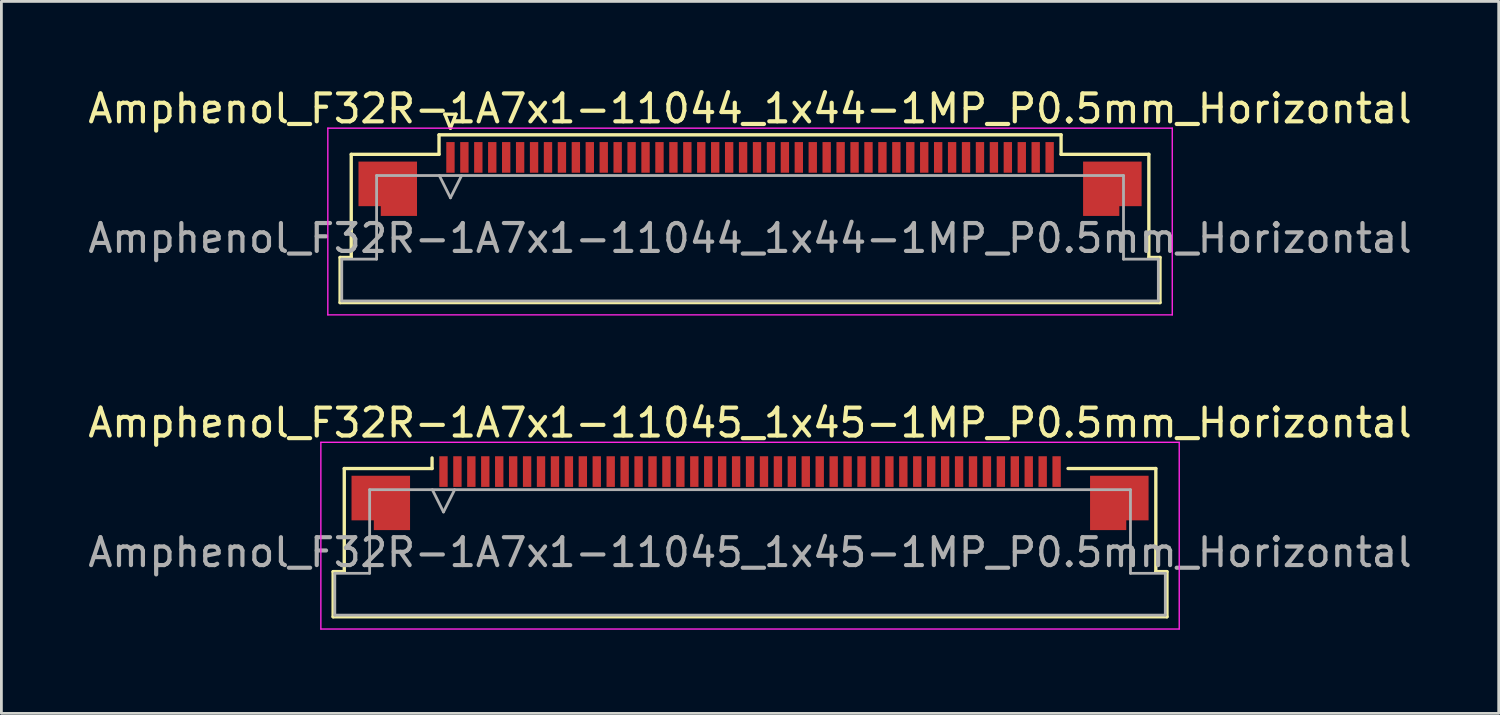
<source format=kicad_pcb>
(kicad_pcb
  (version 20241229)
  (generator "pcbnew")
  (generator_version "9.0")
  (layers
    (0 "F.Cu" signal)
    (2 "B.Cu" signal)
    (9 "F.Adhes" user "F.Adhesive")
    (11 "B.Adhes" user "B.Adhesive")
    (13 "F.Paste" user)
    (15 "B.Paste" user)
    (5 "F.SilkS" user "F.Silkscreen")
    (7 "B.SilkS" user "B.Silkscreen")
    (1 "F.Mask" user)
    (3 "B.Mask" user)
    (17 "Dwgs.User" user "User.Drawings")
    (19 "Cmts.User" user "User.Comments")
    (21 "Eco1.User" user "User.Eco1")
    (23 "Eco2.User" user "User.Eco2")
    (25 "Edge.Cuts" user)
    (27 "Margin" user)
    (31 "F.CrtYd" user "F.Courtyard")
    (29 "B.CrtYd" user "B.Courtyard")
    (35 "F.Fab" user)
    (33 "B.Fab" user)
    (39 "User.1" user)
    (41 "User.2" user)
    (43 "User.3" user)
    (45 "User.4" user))
  (footprint "Amphenol_F32R-1A7x1-11045_1x45-1MP_P0.5mm_Horizontal"
    (layer "F.Cu")
    (at 23.863 16.771)
    (property "Reference" "Amphenol_F32R-1A7x1-11045_1x45-1MP_P0.5mm_Horizontal" (at 0 -4.65 0) (layer "F.SilkS") (effects (font (size 1 1) (thickness 0.15))))
    (attr smd)
    (fp_line (start -14.96 0.69) (end -14.56 0.69) (stroke (width 0.12) (type solid)) (layer "F.SilkS"))
    (fp_line (start -14.96 2.31) (end -14.96 0.69) (stroke (width 0.12) (type solid)) (layer "F.SilkS"))
    (fp_line (start -14.56 -3.01) (end -11.41 -3.01) (stroke (width 0.12) (type solid)) (layer "F.SilkS"))
    (fp_line (start -14.56 0.69) (end -14.56 -3.01) (stroke (width 0.12) (type solid)) (layer "F.SilkS"))
    (fp_line (start -11.41 -3.01) (end -11.41 -3.39) (stroke (width 0.12) (type solid)) (layer "F.SilkS"))
    (fp_line (start 11.41 -3.01) (end 14.56 -3.01) (stroke (width 0.12) (type solid)) (layer "F.SilkS"))
    (fp_line (start 14.56 -3.01) (end 14.56 0.69) (stroke (width 0.12) (type solid)) (layer "F.SilkS"))
    (fp_line (start 14.56 0.69) (end 14.96 0.69) (stroke (width 0.12) (type solid)) (layer "F.SilkS"))
    (fp_line (start 14.96 0.69) (end 14.96 2.31) (stroke (width 0.12) (type solid)) (layer "F.SilkS"))
    (fp_line (start 14.96 2.31) (end -14.96 2.31) (stroke (width 0.12) (type solid)) (layer "F.SilkS"))
    (fp_line (start -15.4 -3.95) (end -15.4 2.75) (stroke (width 0.05) (type solid)) (layer "F.CrtYd"))
    (fp_line (start -15.4 2.75) (end 15.4 2.75) (stroke (width 0.05) (type solid)) (layer "F.CrtYd"))
    (fp_line (start 15.4 -3.95) (end -15.4 -3.95) (stroke (width 0.05) (type solid)) (layer "F.CrtYd"))
    (fp_line (start 15.4 2.75) (end 15.4 -3.95) (stroke (width 0.05) (type solid)) (layer "F.CrtYd"))
    (fp_line (start -14.9 0.75) (end -13.65 0.75) (stroke (width 0.1) (type solid)) (layer "F.Fab"))
    (fp_line (start -14.9 2.25) (end -14.9 0.75) (stroke (width 0.1) (type solid)) (layer "F.Fab"))
    (fp_line (start -13.65 -2.25) (end 13.65 -2.25) (stroke (width 0.1) (type solid)) (layer "F.Fab"))
    (fp_line (start -13.65 0.75) (end -13.65 -2.25) (stroke (width 0.1) (type solid)) (layer "F.Fab"))
    (fp_line (start -11.4 -2.25) (end -11 -1.45) (stroke (width 0.1) (type solid)) (layer "F.Fab"))
    (fp_line (start -11 -1.45) (end -10.6 -2.25) (stroke (width 0.1) (type solid)) (layer "F.Fab"))
    (fp_line (start 13.65 -2.25) (end 13.65 0.75) (stroke (width 0.1) (type solid)) (layer "F.Fab"))
    (fp_line (start 13.65 0.75) (end 14.9 0.75) (stroke (width 0.1) (type solid)) (layer "F.Fab"))
    (fp_line (start 14.9 0.75) (end 14.9 2.25) (stroke (width 0.1) (type solid)) (layer "F.Fab"))
    (fp_line (start 14.9 2.25) (end -14.9 2.25) (stroke (width 0.1) (type solid)) (layer "F.Fab"))
    (fp_text user "${REFERENCE}" (at 0 0 0) (layer "F.Fab") (effects (font (size 1 1) (thickness 0.15))))
    (pad "1" smd rect (at -11 -2.9) (size 0.3 1.1) (layers "F.Cu" "F.Mask" "F.Paste"))
    (pad "2" smd rect (at -10.5 -2.9) (size 0.3 1.1) (layers "F.Cu" "F.Mask" "F.Paste"))
    (pad "3" smd rect (at -10 -2.9) (size 0.3 1.1) (layers "F.Cu" "F.Mask" "F.Paste"))
    (pad "4" smd rect (at -9.5 -2.9) (size 0.3 1.1) (layers "F.Cu" "F.Mask" "F.Paste"))
    (pad "5" smd rect (at -9 -2.9) (size 0.3 1.1) (layers "F.Cu" "F.Mask" "F.Paste"))
    (pad "6" smd rect (at -8.5 -2.9) (size 0.3 1.1) (layers "F.Cu" "F.Mask" "F.Paste"))
    (pad "7" smd rect (at -8 -2.9) (size 0.3 1.1) (layers "F.Cu" "F.Mask" "F.Paste"))
    (pad "8" smd rect (at -7.5 -2.9) (size 0.3 1.1) (layers "F.Cu" "F.Mask" "F.Paste"))
    (pad "9" smd rect (at -7 -2.9) (size 0.3 1.1) (layers "F.Cu" "F.Mask" "F.Paste"))
    (pad "10" smd rect (at -6.5 -2.9) (size 0.3 1.1) (layers "F.Cu" "F.Mask" "F.Paste"))
    (pad "11" smd rect (at -6 -2.9) (size 0.3 1.1) (layers "F.Cu" "F.Mask" "F.Paste"))
    (pad "12" smd rect (at -5.5 -2.9) (size 0.3 1.1) (layers "F.Cu" "F.Mask" "F.Paste"))
    (pad "13" smd rect (at -5 -2.9) (size 0.3 1.1) (layers "F.Cu" "F.Mask" "F.Paste"))
    (pad "14" smd rect (at -4.5 -2.9) (size 0.3 1.1) (layers "F.Cu" "F.Mask" "F.Paste"))
    (pad "15" smd rect (at -4 -2.9) (size 0.3 1.1) (layers "F.Cu" "F.Mask" "F.Paste"))
    (pad "16" smd rect (at -3.5 -2.9) (size 0.3 1.1) (layers "F.Cu" "F.Mask" "F.Paste"))
    (pad "17" smd rect (at -3 -2.9) (size 0.3 1.1) (layers "F.Cu" "F.Mask" "F.Paste"))
    (pad "18" smd rect (at -2.5 -2.9) (size 0.3 1.1) (layers "F.Cu" "F.Mask" "F.Paste"))
    (pad "19" smd rect (at -2 -2.9) (size 0.3 1.1) (layers "F.Cu" "F.Mask" "F.Paste"))
    (pad "20" smd rect (at -1.5 -2.9) (size 0.3 1.1) (layers "F.Cu" "F.Mask" "F.Paste"))
    (pad "21" smd rect (at -1 -2.9) (size 0.3 1.1) (layers "F.Cu" "F.Mask" "F.Paste"))
    (pad "22" smd rect (at -0.5 -2.9) (size 0.3 1.1) (layers "F.Cu" "F.Mask" "F.Paste"))
    (pad "23" smd rect (at 0 -2.9) (size 0.3 1.1) (layers "F.Cu" "F.Mask" "F.Paste"))
    (pad "24" smd rect (at 0.5 -2.9) (size 0.3 1.1) (layers "F.Cu" "F.Mask" "F.Paste"))
    (pad "25" smd rect (at 1 -2.9) (size 0.3 1.1) (layers "F.Cu" "F.Mask" "F.Paste"))
    (pad "26" smd rect (at 1.5 -2.9) (size 0.3 1.1) (layers "F.Cu" "F.Mask" "F.Paste"))
    (pad "27" smd rect (at 2 -2.9) (size 0.3 1.1) (layers "F.Cu" "F.Mask" "F.Paste"))
    (pad "28" smd rect (at 2.5 -2.9) (size 0.3 1.1) (layers "F.Cu" "F.Mask" "F.Paste"))
    (pad "29" smd rect (at 3 -2.9) (size 0.3 1.1) (layers "F.Cu" "F.Mask" "F.Paste"))
    (pad "30" smd rect (at 3.5 -2.9) (size 0.3 1.1) (layers "F.Cu" "F.Mask" "F.Paste"))
    (pad "31" smd rect (at 4 -2.9) (size 0.3 1.1) (layers "F.Cu" "F.Mask" "F.Paste"))
    (pad "32" smd rect (at 4.5 -2.9) (size 0.3 1.1) (layers "F.Cu" "F.Mask" "F.Paste"))
    (pad "33" smd rect (at 5 -2.9) (size 0.3 1.1) (layers "F.Cu" "F.Mask" "F.Paste"))
    (pad "34" smd rect (at 5.5 -2.9) (size 0.3 1.1) (layers "F.Cu" "F.Mask" "F.Paste"))
    (pad "35" smd rect (at 6 -2.9) (size 0.3 1.1) (layers "F.Cu" "F.Mask" "F.Paste"))
    (pad "36" smd rect (at 6.5 -2.9) (size 0.3 1.1) (layers "F.Cu" "F.Mask" "F.Paste"))
    (pad "37" smd rect (at 7 -2.9) (size 0.3 1.1) (layers "F.Cu" "F.Mask" "F.Paste"))
    (pad "38" smd rect (at 7.5 -2.9) (size 0.3 1.1) (layers "F.Cu" "F.Mask" "F.Paste"))
    (pad "39" smd rect (at 8 -2.9) (size 0.3 1.1) (layers "F.Cu" "F.Mask" "F.Paste"))
    (pad "40" smd rect (at 8.5 -2.9) (size 0.3 1.1) (layers "F.Cu" "F.Mask" "F.Paste"))
    (pad "41" smd rect (at 9 -2.9) (size 0.3 1.1) (layers "F.Cu" "F.Mask" "F.Paste"))
    (pad "42" smd rect (at 9.5 -2.9) (size 0.3 1.1) (layers "F.Cu" "F.Mask" "F.Paste"))
    (pad "43" smd rect (at 10 -2.9) (size 0.3 1.1) (layers "F.Cu" "F.Mask" "F.Paste"))
    (pad "44" smd rect (at 10.5 -2.9) (size 0.3 1.1) (layers "F.Cu" "F.Mask" "F.Paste"))
    (pad "45" smd rect (at 11 -2.9) (size 0.3 1.1) (layers "F.Cu" "F.Mask" "F.Paste"))
    (pad "MP" smd custom (at -13.25 -1.775) (size 1 1) (layers "F.Cu" "F.Mask" "F.Paste") (options (anchor circle)) (primitives (gr_poly (pts (xy 1.05 -0.975) (xy 1.05 0.975) (xy -0.25 0.975) (xy -0.25 0.625) (xy -1.05 0.625) (xy -1.05 -0.975) (xy 1.05 -0.975)) (width 0) (fill yes))))
    (pad "MP" smd custom (at 13.25 -1.775) (size 1 1) (layers "F.Cu" "F.Mask" "F.Paste") (options (anchor circle)) (primitives (gr_poly (pts (xy -1.05 -0.975) (xy -1.05 0.975) (xy 0.25 0.975) (xy 0.25 0.625) (xy 1.05 0.625) (xy 1.05 -0.975) (xy -1.05 -0.975)) (width 0) (fill yes)))))
  (footprint "Amphenol_F32R-1A7x1-11044_1x44-1MP_P0.5mm_Horizontal"
    (layer "F.Cu")
    (at 23.863 5.498)
    (property "Reference" "Amphenol_F32R-1A7x1-11044_1x44-1MP_P0.5mm_Horizontal" (at 0 -4.65 0) (layer "F.SilkS") (effects (font (size 1 1) (thickness 0.15))))
    (attr smd)
    (fp_line (start -14.71 0.69) (end -14.31 0.69) (stroke (width 0.12) (type solid)) (layer "F.SilkS"))
    (fp_line (start -14.71 2.31) (end -14.71 0.69) (stroke (width 0.12) (type solid)) (layer "F.SilkS"))
    (fp_line (start -14.31 -3.01) (end -11.16 -3.01) (stroke (width 0.12) (type solid)) (layer "F.SilkS"))
    (fp_line (start -14.31 0.69) (end -14.31 -3.01) (stroke (width 0.12) (type solid)) (layer "F.SilkS"))
    (fp_line (start -11.16 -3.71) (end 11.16 -3.71) (stroke (width 0.12) (type solid)) (layer "F.SilkS"))
    (fp_line (start -11.16 -3.01) (end -11.16 -3.71) (stroke (width 0.12) (type solid)) (layer "F.SilkS"))
    (fp_line (start -10.95 -4.45) (end -10.75 -3.95) (stroke (width 0.12) (type solid)) (layer "F.SilkS"))
    (fp_line (start -10.75 -3.95) (end -10.55 -4.45) (stroke (width 0.12) (type solid)) (layer "F.SilkS"))
    (fp_line (start -10.55 -4.45) (end -10.95 -4.45) (stroke (width 0.12) (type solid)) (layer "F.SilkS"))
    (fp_line (start 11.16 -3.71) (end 11.16 -3.01) (stroke (width 0.12) (type solid)) (layer "F.SilkS"))
    (fp_line (start 11.16 -3.01) (end 14.31 -3.01) (stroke (width 0.12) (type solid)) (layer "F.SilkS"))
    (fp_line (start 14.31 -3.01) (end 14.31 0.69) (stroke (width 0.12) (type solid)) (layer "F.SilkS"))
    (fp_line (start 14.31 0.69) (end 14.71 0.69) (stroke (width 0.12) (type solid)) (layer "F.SilkS"))
    (fp_line (start 14.71 0.69) (end 14.71 2.31) (stroke (width 0.12) (type solid)) (layer "F.SilkS"))
    (fp_line (start 14.71 2.31) (end -14.71 2.31) (stroke (width 0.12) (type solid)) (layer "F.SilkS"))
    (fp_line (start -15.15 -3.95) (end -15.15 2.75) (stroke (width 0.05) (type solid)) (layer "F.CrtYd"))
    (fp_line (start -15.15 2.75) (end 15.15 2.75) (stroke (width 0.05) (type solid)) (layer "F.CrtYd"))
    (fp_line (start 15.15 -3.95) (end -15.15 -3.95) (stroke (width 0.05) (type solid)) (layer "F.CrtYd"))
    (fp_line (start 15.15 2.75) (end 15.15 -3.95) (stroke (width 0.05) (type solid)) (layer "F.CrtYd"))
    (fp_line (start -14.65 0.75) (end -13.4 0.75) (stroke (width 0.1) (type solid)) (layer "F.Fab"))
    (fp_line (start -14.65 2.25) (end -14.65 0.75) (stroke (width 0.1) (type solid)) (layer "F.Fab"))
    (fp_line (start -13.4 -2.25) (end 13.4 -2.25) (stroke (width 0.1) (type solid)) (layer "F.Fab"))
    (fp_line (start -13.4 0.75) (end -13.4 -2.25) (stroke (width 0.1) (type solid)) (layer "F.Fab"))
    (fp_line (start -11.15 -2.25) (end -10.75 -1.45) (stroke (width 0.1) (type solid)) (layer "F.Fab"))
    (fp_line (start -10.75 -1.45) (end -10.35 -2.25) (stroke (width 0.1) (type solid)) (layer "F.Fab"))
    (fp_line (start 13.4 -2.25) (end 13.4 0.75) (stroke (width 0.1) (type solid)) (layer "F.Fab"))
    (fp_line (start 13.4 0.75) (end 14.65 0.75) (stroke (width 0.1) (type solid)) (layer "F.Fab"))
    (fp_line (start 14.65 0.75) (end 14.65 2.25) (stroke (width 0.1) (type solid)) (layer "F.Fab"))
    (fp_line (start 14.65 2.25) (end -14.65 2.25) (stroke (width 0.1) (type solid)) (layer "F.Fab"))
    (fp_text user "${REFERENCE}" (at 0 0 0) (layer "F.Fab") (effects (font (size 1 1) (thickness 0.15))))
    (pad "1" smd rect (at -10.75 -2.9) (size 0.3 1.1) (layers "F.Cu" "F.Mask" "F.Paste"))
    (pad "2" smd rect (at -10.25 -2.9) (size 0.3 1.1) (layers "F.Cu" "F.Mask" "F.Paste"))
    (pad "3" smd rect (at -9.75 -2.9) (size 0.3 1.1) (layers "F.Cu" "F.Mask" "F.Paste"))
    (pad "4" smd rect (at -9.25 -2.9) (size 0.3 1.1) (layers "F.Cu" "F.Mask" "F.Paste"))
    (pad "5" smd rect (at -8.75 -2.9) (size 0.3 1.1) (layers "F.Cu" "F.Mask" "F.Paste"))
    (pad "6" smd rect (at -8.25 -2.9) (size 0.3 1.1) (layers "F.Cu" "F.Mask" "F.Paste"))
    (pad "7" smd rect (at -7.75 -2.9) (size 0.3 1.1) (layers "F.Cu" "F.Mask" "F.Paste"))
    (pad "8" smd rect (at -7.25 -2.9) (size 0.3 1.1) (layers "F.Cu" "F.Mask" "F.Paste"))
    (pad "9" smd rect (at -6.75 -2.9) (size 0.3 1.1) (layers "F.Cu" "F.Mask" "F.Paste"))
    (pad "10" smd rect (at -6.25 -2.9) (size 0.3 1.1) (layers "F.Cu" "F.Mask" "F.Paste"))
    (pad "11" smd rect (at -5.75 -2.9) (size 0.3 1.1) (layers "F.Cu" "F.Mask" "F.Paste"))
    (pad "12" smd rect (at -5.25 -2.9) (size 0.3 1.1) (layers "F.Cu" "F.Mask" "F.Paste"))
    (pad "13" smd rect (at -4.75 -2.9) (size 0.3 1.1) (layers "F.Cu" "F.Mask" "F.Paste"))
    (pad "14" smd rect (at -4.25 -2.9) (size 0.3 1.1) (layers "F.Cu" "F.Mask" "F.Paste"))
    (pad "15" smd rect (at -3.75 -2.9) (size 0.3 1.1) (layers "F.Cu" "F.Mask" "F.Paste"))
    (pad "16" smd rect (at -3.25 -2.9) (size 0.3 1.1) (layers "F.Cu" "F.Mask" "F.Paste"))
    (pad "17" smd rect (at -2.75 -2.9) (size 0.3 1.1) (layers "F.Cu" "F.Mask" "F.Paste"))
    (pad "18" smd rect (at -2.25 -2.9) (size 0.3 1.1) (layers "F.Cu" "F.Mask" "F.Paste"))
    (pad "19" smd rect (at -1.75 -2.9) (size 0.3 1.1) (layers "F.Cu" "F.Mask" "F.Paste"))
    (pad "20" smd rect (at -1.25 -2.9) (size 0.3 1.1) (layers "F.Cu" "F.Mask" "F.Paste"))
    (pad "21" smd rect (at -0.75 -2.9) (size 0.3 1.1) (layers "F.Cu" "F.Mask" "F.Paste"))
    (pad "22" smd rect (at -0.25 -2.9) (size 0.3 1.1) (layers "F.Cu" "F.Mask" "F.Paste"))
    (pad "23" smd rect (at 0.25 -2.9) (size 0.3 1.1) (layers "F.Cu" "F.Mask" "F.Paste"))
    (pad "24" smd rect (at 0.75 -2.9) (size 0.3 1.1) (layers "F.Cu" "F.Mask" "F.Paste"))
    (pad "25" smd rect (at 1.25 -2.9) (size 0.3 1.1) (layers "F.Cu" "F.Mask" "F.Paste"))
    (pad "26" smd rect (at 1.75 -2.9) (size 0.3 1.1) (layers "F.Cu" "F.Mask" "F.Paste"))
    (pad "27" smd rect (at 2.25 -2.9) (size 0.3 1.1) (layers "F.Cu" "F.Mask" "F.Paste"))
    (pad "28" smd rect (at 2.75 -2.9) (size 0.3 1.1) (layers "F.Cu" "F.Mask" "F.Paste"))
    (pad "29" smd rect (at 3.25 -2.9) (size 0.3 1.1) (layers "F.Cu" "F.Mask" "F.Paste"))
    (pad "30" smd rect (at 3.75 -2.9) (size 0.3 1.1) (layers "F.Cu" "F.Mask" "F.Paste"))
    (pad "31" smd rect (at 4.25 -2.9) (size 0.3 1.1) (layers "F.Cu" "F.Mask" "F.Paste"))
    (pad "32" smd rect (at 4.75 -2.9) (size 0.3 1.1) (layers "F.Cu" "F.Mask" "F.Paste"))
    (pad "33" smd rect (at 5.25 -2.9) (size 0.3 1.1) (layers "F.Cu" "F.Mask" "F.Paste"))
    (pad "34" smd rect (at 5.75 -2.9) (size 0.3 1.1) (layers "F.Cu" "F.Mask" "F.Paste"))
    (pad "35" smd rect (at 6.25 -2.9) (size 0.3 1.1) (layers "F.Cu" "F.Mask" "F.Paste"))
    (pad "36" smd rect (at 6.75 -2.9) (size 0.3 1.1) (layers "F.Cu" "F.Mask" "F.Paste"))
    (pad "37" smd rect (at 7.25 -2.9) (size 0.3 1.1) (layers "F.Cu" "F.Mask" "F.Paste"))
    (pad "38" smd rect (at 7.75 -2.9) (size 0.3 1.1) (layers "F.Cu" "F.Mask" "F.Paste"))
    (pad "39" smd rect (at 8.25 -2.9) (size 0.3 1.1) (layers "F.Cu" "F.Mask" "F.Paste"))
    (pad "40" smd rect (at 8.75 -2.9) (size 0.3 1.1) (layers "F.Cu" "F.Mask" "F.Paste"))
    (pad "41" smd rect (at 9.25 -2.9) (size 0.3 1.1) (layers "F.Cu" "F.Mask" "F.Paste"))
    (pad "42" smd rect (at 9.75 -2.9) (size 0.3 1.1) (layers "F.Cu" "F.Mask" "F.Paste"))
    (pad "43" smd rect (at 10.25 -2.9) (size 0.3 1.1) (layers "F.Cu" "F.Mask" "F.Paste"))
    (pad "44" smd rect (at 10.75 -2.9) (size 0.3 1.1) (layers "F.Cu" "F.Mask" "F.Paste"))
    (pad "MP" smd custom (at -13 -1.775) (size 1 1) (layers "F.Cu" "F.Mask" "F.Paste") (options (anchor circle)) (primitives (gr_poly (pts (xy 1.05 -0.975) (xy 1.05 0.975) (xy -0.25 0.975) (xy -0.25 0.625) (xy -1.05 0.625) (xy -1.05 -0.975) (xy 1.05 -0.975)) (width 0) (fill yes))))
    (pad "MP" smd custom (at 13 -1.775) (size 1 1) (layers "F.Cu" "F.Mask" "F.Paste") (options (anchor circle)) (primitives (gr_poly (pts (xy -1.05 -0.975) (xy -1.05 0.975) (xy 0.25 0.975) (xy 0.25 0.625) (xy 1.05 0.625) (xy 1.05 -0.975) (xy -1.05 -0.975)) (width 0) (fill yes)))))
  (gr_rect
    (start -3 -3)
    (end 50.726 22.547)
    (stroke (width 0.1) (type default))
    (fill no)
    (layer "Edge.Cuts")))
</source>
